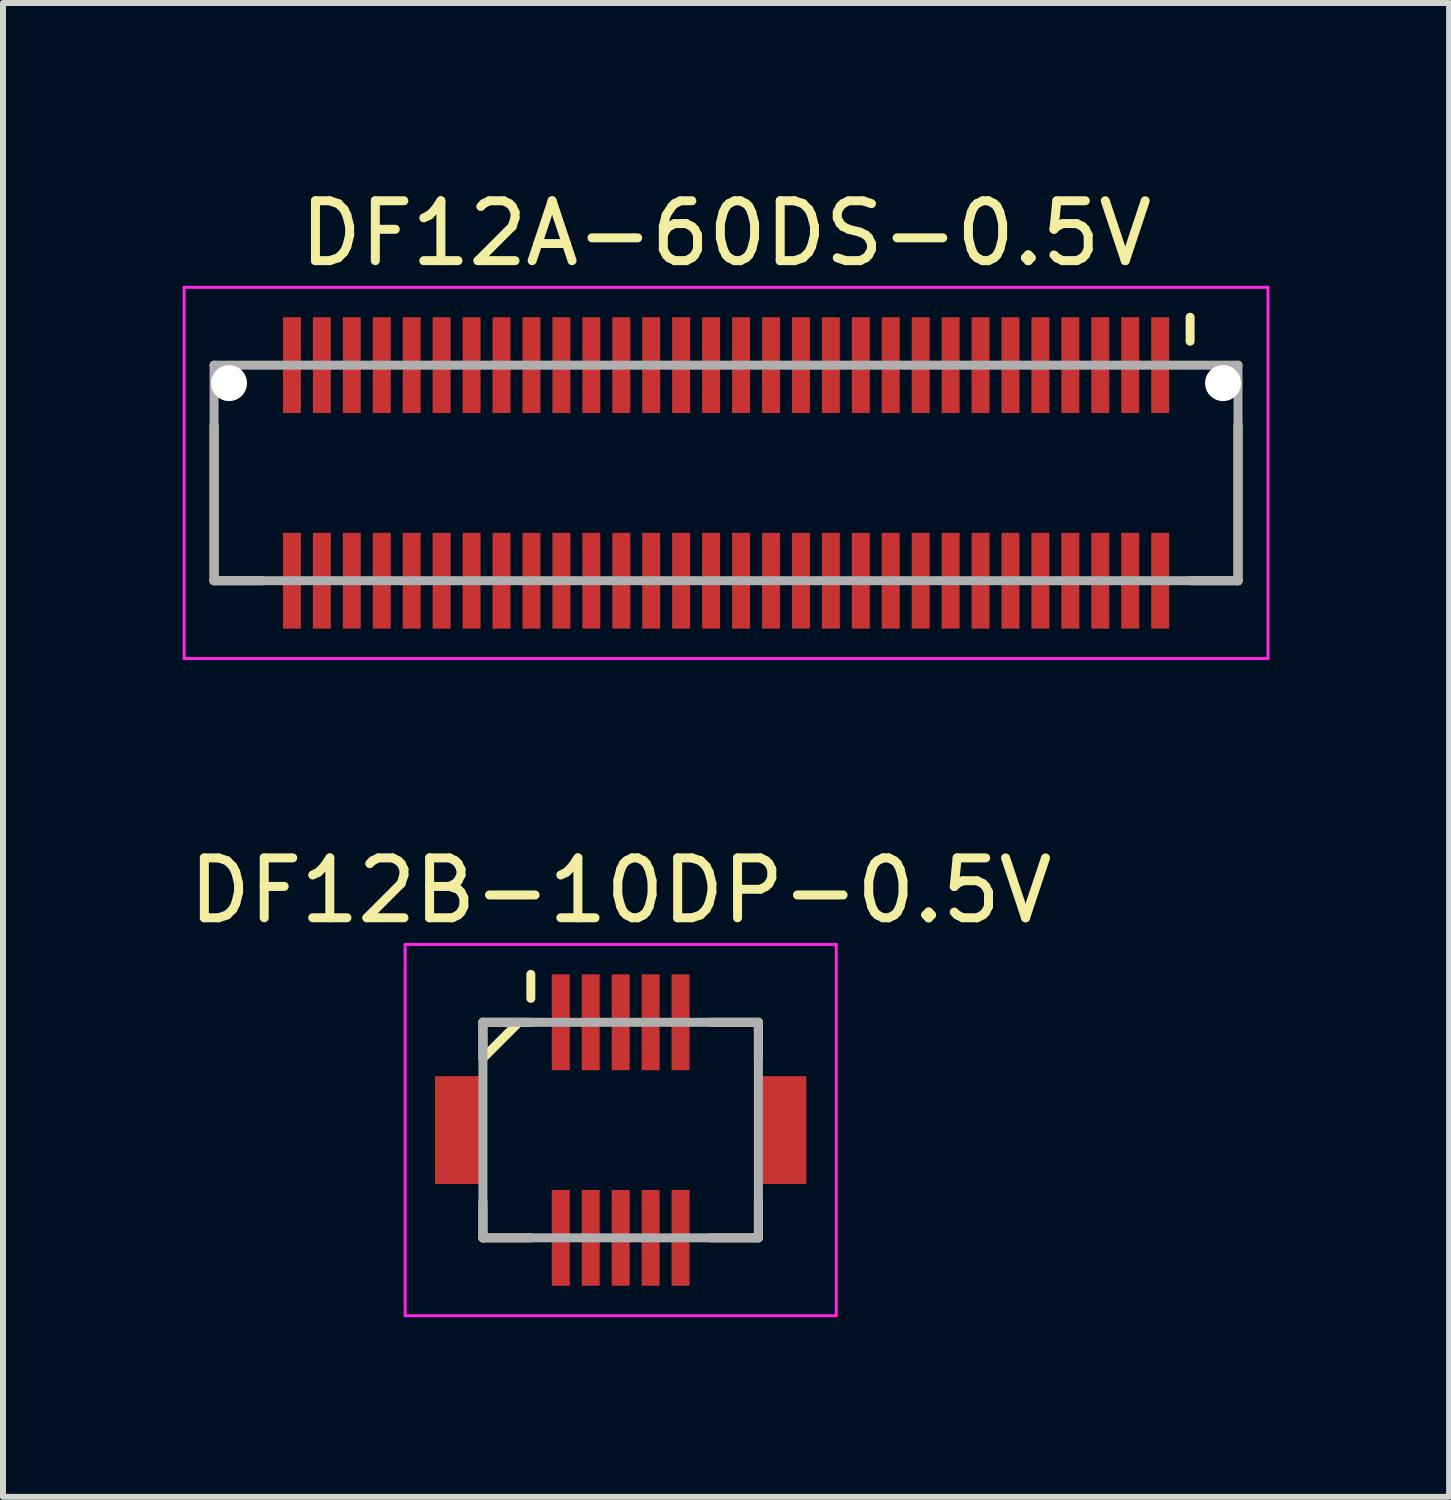
<source format=kicad_pcb>
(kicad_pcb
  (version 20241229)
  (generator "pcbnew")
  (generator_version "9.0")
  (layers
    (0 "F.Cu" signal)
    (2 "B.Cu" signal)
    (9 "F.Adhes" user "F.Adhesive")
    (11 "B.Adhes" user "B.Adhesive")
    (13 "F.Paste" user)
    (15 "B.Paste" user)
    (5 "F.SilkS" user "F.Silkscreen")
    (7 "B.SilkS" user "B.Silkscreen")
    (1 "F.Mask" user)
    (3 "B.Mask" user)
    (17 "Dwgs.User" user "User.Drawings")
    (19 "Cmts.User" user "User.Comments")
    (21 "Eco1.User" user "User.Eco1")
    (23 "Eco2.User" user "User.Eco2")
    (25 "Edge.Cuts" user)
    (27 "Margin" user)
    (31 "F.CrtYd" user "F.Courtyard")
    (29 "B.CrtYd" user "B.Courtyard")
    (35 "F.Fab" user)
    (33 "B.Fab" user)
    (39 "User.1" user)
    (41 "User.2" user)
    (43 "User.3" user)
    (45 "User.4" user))
  (footprint "DF12A-60DS-0.5V"
    (layer "F.Cu")
    (at 9.075 4.848)
    (property "Reference" "DF12A-60DS-0.5V" (at 0 -4 0) (layer "F.SilkS") (effects (font (size 1 1) (thickness 0.15))))
    (attr smd)
    (fp_line (start -8.55 -0.8) (end -8.55 1.8) (stroke (width 0.15) (type solid)) (layer "F.SilkS"))
    (fp_line (start -8.55 1.8) (end -7.75 1.8) (stroke (width 0.15) (type solid)) (layer "F.SilkS"))
    (fp_line (start 7.75 -2.6) (end 7.75 -2.2) (stroke (width 0.15) (type solid)) (layer "F.SilkS"))
    (fp_line (start 7.75 1.8) (end 8.55 1.8) (stroke (width 0.15) (type solid)) (layer "F.SilkS"))
    (fp_line (start 8.55 -0.8) (end 8.55 1.8) (stroke (width 0.15) (type solid)) (layer "F.SilkS"))
    (fp_line (start -9.05 -3.1) (end -9.05 3.1) (stroke (width 0.05) (type solid)) (layer "F.CrtYd"))
    (fp_line (start -9.05 -3.1) (end 9.05 -3.1) (stroke (width 0.05) (type solid)) (layer "F.CrtYd"))
    (fp_line (start -9.05 3.1) (end 9.05 3.1) (stroke (width 0.05) (type solid)) (layer "F.CrtYd"))
    (fp_line (start 9.05 -3.1) (end 9.05 3.1) (stroke (width 0.05) (type solid)) (layer "F.CrtYd"))
    (fp_line (start -8.55 -1.8) (end -8.55 1.8) (stroke (width 0.15) (type solid)) (layer "F.Fab"))
    (fp_line (start -8.55 -1.8) (end 8.55 -1.8) (stroke (width 0.15) (type solid)) (layer "F.Fab"))
    (fp_line (start -8.55 1.8) (end 8.55 1.8) (stroke (width 0.15) (type solid)) (layer "F.Fab"))
    (fp_line (start 8.55 -1.8) (end 8.55 1.8) (stroke (width 0.15) (type solid)) (layer "F.Fab"))
    (pad "" np_thru_hole circle (at -8.3 -1.5) (size 0.6 0.6) (drill 0.6) (layers "*.Cu" "*.Mask"))
    (pad "" np_thru_hole circle (at 8.3 -1.5) (size 0.6 0.6) (drill 0.6) (layers "*.Cu" "*.Mask"))
    (pad "1" smd rect (at 7.25 -1.8) (size 0.3 1.6) (layers "F.Cu" "F.Mask" "F.Paste"))
    (pad "2" smd rect (at 7.25 1.8) (size 0.3 1.6) (layers "F.Cu" "F.Mask" "F.Paste"))
    (pad "3" smd rect (at 6.75 -1.8) (size 0.3 1.6) (layers "F.Cu" "F.Mask" "F.Paste"))
    (pad "4" smd rect (at 6.75 1.8) (size 0.3 1.6) (layers "F.Cu" "F.Mask" "F.Paste"))
    (pad "5" smd rect (at 6.25 -1.8) (size 0.3 1.6) (layers "F.Cu" "F.Mask" "F.Paste"))
    (pad "6" smd rect (at 6.25 1.8) (size 0.3 1.6) (layers "F.Cu" "F.Mask" "F.Paste"))
    (pad "7" smd rect (at 5.75 -1.8) (size 0.3 1.6) (layers "F.Cu" "F.Mask" "F.Paste"))
    (pad "8" smd rect (at 5.75 1.8) (size 0.3 1.6) (layers "F.Cu" "F.Mask" "F.Paste"))
    (pad "9" smd rect (at 5.25 -1.8) (size 0.3 1.6) (layers "F.Cu" "F.Mask" "F.Paste"))
    (pad "10" smd rect (at 5.25 1.8) (size 0.3 1.6) (layers "F.Cu" "F.Mask" "F.Paste"))
    (pad "11" smd rect (at 4.75 -1.8) (size 0.3 1.6) (layers "F.Cu" "F.Mask" "F.Paste"))
    (pad "12" smd rect (at 4.75 1.8) (size 0.3 1.6) (layers "F.Cu" "F.Mask" "F.Paste"))
    (pad "13" smd rect (at 4.25 -1.8) (size 0.3 1.6) (layers "F.Cu" "F.Mask" "F.Paste"))
    (pad "14" smd rect (at 4.25 1.8) (size 0.3 1.6) (layers "F.Cu" "F.Mask" "F.Paste"))
    (pad "15" smd rect (at 3.75 -1.8) (size 0.3 1.6) (layers "F.Cu" "F.Mask" "F.Paste"))
    (pad "16" smd rect (at 3.75 1.8) (size 0.3 1.6) (layers "F.Cu" "F.Mask" "F.Paste"))
    (pad "17" smd rect (at 3.25 -1.8) (size 0.3 1.6) (layers "F.Cu" "F.Mask" "F.Paste"))
    (pad "18" smd rect (at 3.25 1.8) (size 0.3 1.6) (layers "F.Cu" "F.Mask" "F.Paste"))
    (pad "19" smd rect (at 2.75 -1.8) (size 0.3 1.6) (layers "F.Cu" "F.Mask" "F.Paste"))
    (pad "20" smd rect (at 2.75 1.8) (size 0.3 1.6) (layers "F.Cu" "F.Mask" "F.Paste"))
    (pad "21" smd rect (at 2.25 -1.8) (size 0.3 1.6) (layers "F.Cu" "F.Mask" "F.Paste"))
    (pad "22" smd rect (at 2.25 1.8) (size 0.3 1.6) (layers "F.Cu" "F.Mask" "F.Paste"))
    (pad "23" smd rect (at 1.75 -1.8) (size 0.3 1.6) (layers "F.Cu" "F.Mask" "F.Paste"))
    (pad "24" smd rect (at 1.75 1.8) (size 0.3 1.6) (layers "F.Cu" "F.Mask" "F.Paste"))
    (pad "25" smd rect (at 1.25 -1.8) (size 0.3 1.6) (layers "F.Cu" "F.Mask" "F.Paste"))
    (pad "26" smd rect (at 1.25 1.8) (size 0.3 1.6) (layers "F.Cu" "F.Mask" "F.Paste"))
    (pad "27" smd rect (at 0.75 -1.8) (size 0.3 1.6) (layers "F.Cu" "F.Mask" "F.Paste"))
    (pad "28" smd rect (at 0.75 1.8) (size 0.3 1.6) (layers "F.Cu" "F.Mask" "F.Paste"))
    (pad "29" smd rect (at 0.25 -1.8) (size 0.3 1.6) (layers "F.Cu" "F.Mask" "F.Paste"))
    (pad "30" smd rect (at 0.25 1.8) (size 0.3 1.6) (layers "F.Cu" "F.Mask" "F.Paste"))
    (pad "31" smd rect (at -0.25 -1.8) (size 0.3 1.6) (layers "F.Cu" "F.Mask" "F.Paste"))
    (pad "32" smd rect (at -0.25 1.8) (size 0.3 1.6) (layers "F.Cu" "F.Mask" "F.Paste"))
    (pad "33" smd rect (at -0.75 -1.8) (size 0.3 1.6) (layers "F.Cu" "F.Mask" "F.Paste"))
    (pad "34" smd rect (at -0.75 1.8) (size 0.3 1.6) (layers "F.Cu" "F.Mask" "F.Paste"))
    (pad "35" smd rect (at -1.25 -1.8) (size 0.3 1.6) (layers "F.Cu" "F.Mask" "F.Paste"))
    (pad "36" smd rect (at -1.25 1.8) (size 0.3 1.6) (layers "F.Cu" "F.Mask" "F.Paste"))
    (pad "37" smd rect (at -1.75 -1.8) (size 0.3 1.6) (layers "F.Cu" "F.Mask" "F.Paste"))
    (pad "38" smd rect (at -1.75 1.8) (size 0.3 1.6) (layers "F.Cu" "F.Mask" "F.Paste"))
    (pad "39" smd rect (at -2.25 -1.8) (size 0.3 1.6) (layers "F.Cu" "F.Mask" "F.Paste"))
    (pad "40" smd rect (at -2.25 1.8) (size 0.3 1.6) (layers "F.Cu" "F.Mask" "F.Paste"))
    (pad "41" smd rect (at -2.75 -1.8) (size 0.3 1.6) (layers "F.Cu" "F.Mask" "F.Paste"))
    (pad "42" smd rect (at -2.75 1.8) (size 0.3 1.6) (layers "F.Cu" "F.Mask" "F.Paste"))
    (pad "43" smd rect (at -3.25 -1.8) (size 0.3 1.6) (layers "F.Cu" "F.Mask" "F.Paste"))
    (pad "44" smd rect (at -3.25 1.8) (size 0.3 1.6) (layers "F.Cu" "F.Mask" "F.Paste"))
    (pad "45" smd rect (at -3.75 -1.8) (size 0.3 1.6) (layers "F.Cu" "F.Mask" "F.Paste"))
    (pad "46" smd rect (at -3.75 1.8) (size 0.3 1.6) (layers "F.Cu" "F.Mask" "F.Paste"))
    (pad "47" smd rect (at -4.25 -1.8) (size 0.3 1.6) (layers "F.Cu" "F.Mask" "F.Paste"))
    (pad "48" smd rect (at -4.25 1.8) (size 0.3 1.6) (layers "F.Cu" "F.Mask" "F.Paste"))
    (pad "49" smd rect (at -4.75 -1.8) (size 0.3 1.6) (layers "F.Cu" "F.Mask" "F.Paste"))
    (pad "50" smd rect (at -4.75 1.8) (size 0.3 1.6) (layers "F.Cu" "F.Mask" "F.Paste"))
    (pad "51" smd rect (at -5.25 -1.8) (size 0.3 1.6) (layers "F.Cu" "F.Mask" "F.Paste"))
    (pad "52" smd rect (at -5.25 1.8) (size 0.3 1.6) (layers "F.Cu" "F.Mask" "F.Paste"))
    (pad "53" smd rect (at -5.75 -1.8) (size 0.3 1.6) (layers "F.Cu" "F.Mask" "F.Paste"))
    (pad "54" smd rect (at -5.75 1.8) (size 0.3 1.6) (layers "F.Cu" "F.Mask" "F.Paste"))
    (pad "55" smd rect (at -6.25 -1.8) (size 0.3 1.6) (layers "F.Cu" "F.Mask" "F.Paste"))
    (pad "56" smd rect (at -6.25 1.8) (size 0.3 1.6) (layers "F.Cu" "F.Mask" "F.Paste"))
    (pad "57" smd rect (at -6.75 -1.8) (size 0.3 1.6) (layers "F.Cu" "F.Mask" "F.Paste"))
    (pad "58" smd rect (at -6.75 1.8) (size 0.3 1.6) (layers "F.Cu" "F.Mask" "F.Paste"))
    (pad "59" smd rect (at -7.25 -1.8) (size 0.3 1.6) (layers "F.Cu" "F.Mask" "F.Paste"))
    (pad "60" smd rect (at -7.25 1.8) (size 0.3 1.6) (layers "F.Cu" "F.Mask" "F.Paste")))
  (footprint "DF12B-10DP-0.5V"
    (layer "F.Cu")
    (at 7.315 15.822)
    (property "Reference" "DF12B-10DP-0.5V" (at 0 -4 0) (layer "F.SilkS") (effects (font (size 1 1) (thickness 0.15))))
    (attr smd)
    (fp_line (start -2.3 -1.8) (end -2.3 -1.2) (stroke (width 0.15) (type solid)) (layer "F.SilkS"))
    (fp_line (start -2.3 -1.8) (end -1.5 -1.8) (stroke (width 0.15) (type solid)) (layer "F.SilkS"))
    (fp_line (start -2.3 1.2) (end -2.3 1.8) (stroke (width 0.15) (type solid)) (layer "F.SilkS"))
    (fp_line (start -2.3 1.8) (end -1.5 1.8) (stroke (width 0.15) (type solid)) (layer "F.SilkS"))
    (fp_line (start -1.7 -1.8) (end -2.3 -1.2) (stroke (width 0.15) (type solid)) (layer "F.SilkS"))
    (fp_line (start -1.5 -2.6) (end -1.5 -2.2) (stroke (width 0.15) (type solid)) (layer "F.SilkS"))
    (fp_line (start 1.5 -1.8) (end 2.3 -1.8) (stroke (width 0.15) (type solid)) (layer "F.SilkS"))
    (fp_line (start 1.5 1.8) (end 2.3 1.8) (stroke (width 0.15) (type solid)) (layer "F.SilkS"))
    (fp_line (start 2.3 -1.8) (end 2.3 -1.2) (stroke (width 0.15) (type solid)) (layer "F.SilkS"))
    (fp_line (start 2.3 1.2) (end 2.3 1.8) (stroke (width 0.15) (type solid)) (layer "F.SilkS"))
    (fp_line (start -3.6 -3.1) (end -3.6 3.1) (stroke (width 0.05) (type solid)) (layer "F.CrtYd"))
    (fp_line (start -3.6 -3.1) (end 3.6 -3.1) (stroke (width 0.05) (type solid)) (layer "F.CrtYd"))
    (fp_line (start -3.6 3.1) (end 3.6 3.1) (stroke (width 0.05) (type solid)) (layer "F.CrtYd"))
    (fp_line (start 3.6 -3.1) (end 3.6 3.1) (stroke (width 0.05) (type solid)) (layer "F.CrtYd"))
    (fp_line (start -2.3 -1.8) (end -2.3 1.8) (stroke (width 0.15) (type solid)) (layer "F.Fab"))
    (fp_line (start -2.3 -1.8) (end 2.3 -1.8) (stroke (width 0.15) (type solid)) (layer "F.Fab"))
    (fp_line (start -2.3 1.8) (end 2.3 1.8) (stroke (width 0.15) (type solid)) (layer "F.Fab"))
    (fp_line (start 2.3 -1.8) (end 2.3 1.8) (stroke (width 0.15) (type solid)) (layer "F.Fab"))
    (pad "1" smd rect (at -1 -1.8) (size 0.3 1.6) (layers "F.Cu" "F.Mask" "F.Paste"))
    (pad "2" smd rect (at -1 1.8) (size 0.3 1.6) (layers "F.Cu" "F.Mask" "F.Paste"))
    (pad "3" smd rect (at -0.5 -1.8) (size 0.3 1.6) (layers "F.Cu" "F.Mask" "F.Paste"))
    (pad "4" smd rect (at -0.5 1.8) (size 0.3 1.6) (layers "F.Cu" "F.Mask" "F.Paste"))
    (pad "5" smd rect (at 0 -1.8) (size 0.3 1.6) (layers "F.Cu" "F.Mask" "F.Paste"))
    (pad "6" smd rect (at 0 1.8) (size 0.3 1.6) (layers "F.Cu" "F.Mask" "F.Paste"))
    (pad "7" smd rect (at 0.5 -1.8) (size 0.3 1.6) (layers "F.Cu" "F.Mask" "F.Paste"))
    (pad "8" smd rect (at 0.5 1.8) (size 0.3 1.6) (layers "F.Cu" "F.Mask" "F.Paste"))
    (pad "9" smd rect (at 1 -1.8) (size 0.3 1.6) (layers "F.Cu" "F.Mask" "F.Paste"))
    (pad "10" smd rect (at 1 1.8) (size 0.3 1.6) (layers "F.Cu" "F.Mask" "F.Paste"))
    (pad "S" smd rect (at -2.7 0) (size 0.8 1.8) (layers "F.Cu" "F.Mask" "F.Paste"))
    (pad "S" smd rect (at 2.7 0) (size 0.8 1.8) (layers "F.Cu" "F.Mask" "F.Paste")))
  (gr_rect
    (start -3 -3)
    (end 21.15 21.947)
    (stroke (width 0.1) (type default))
    (fill no)
    (layer "Edge.Cuts")))
</source>
